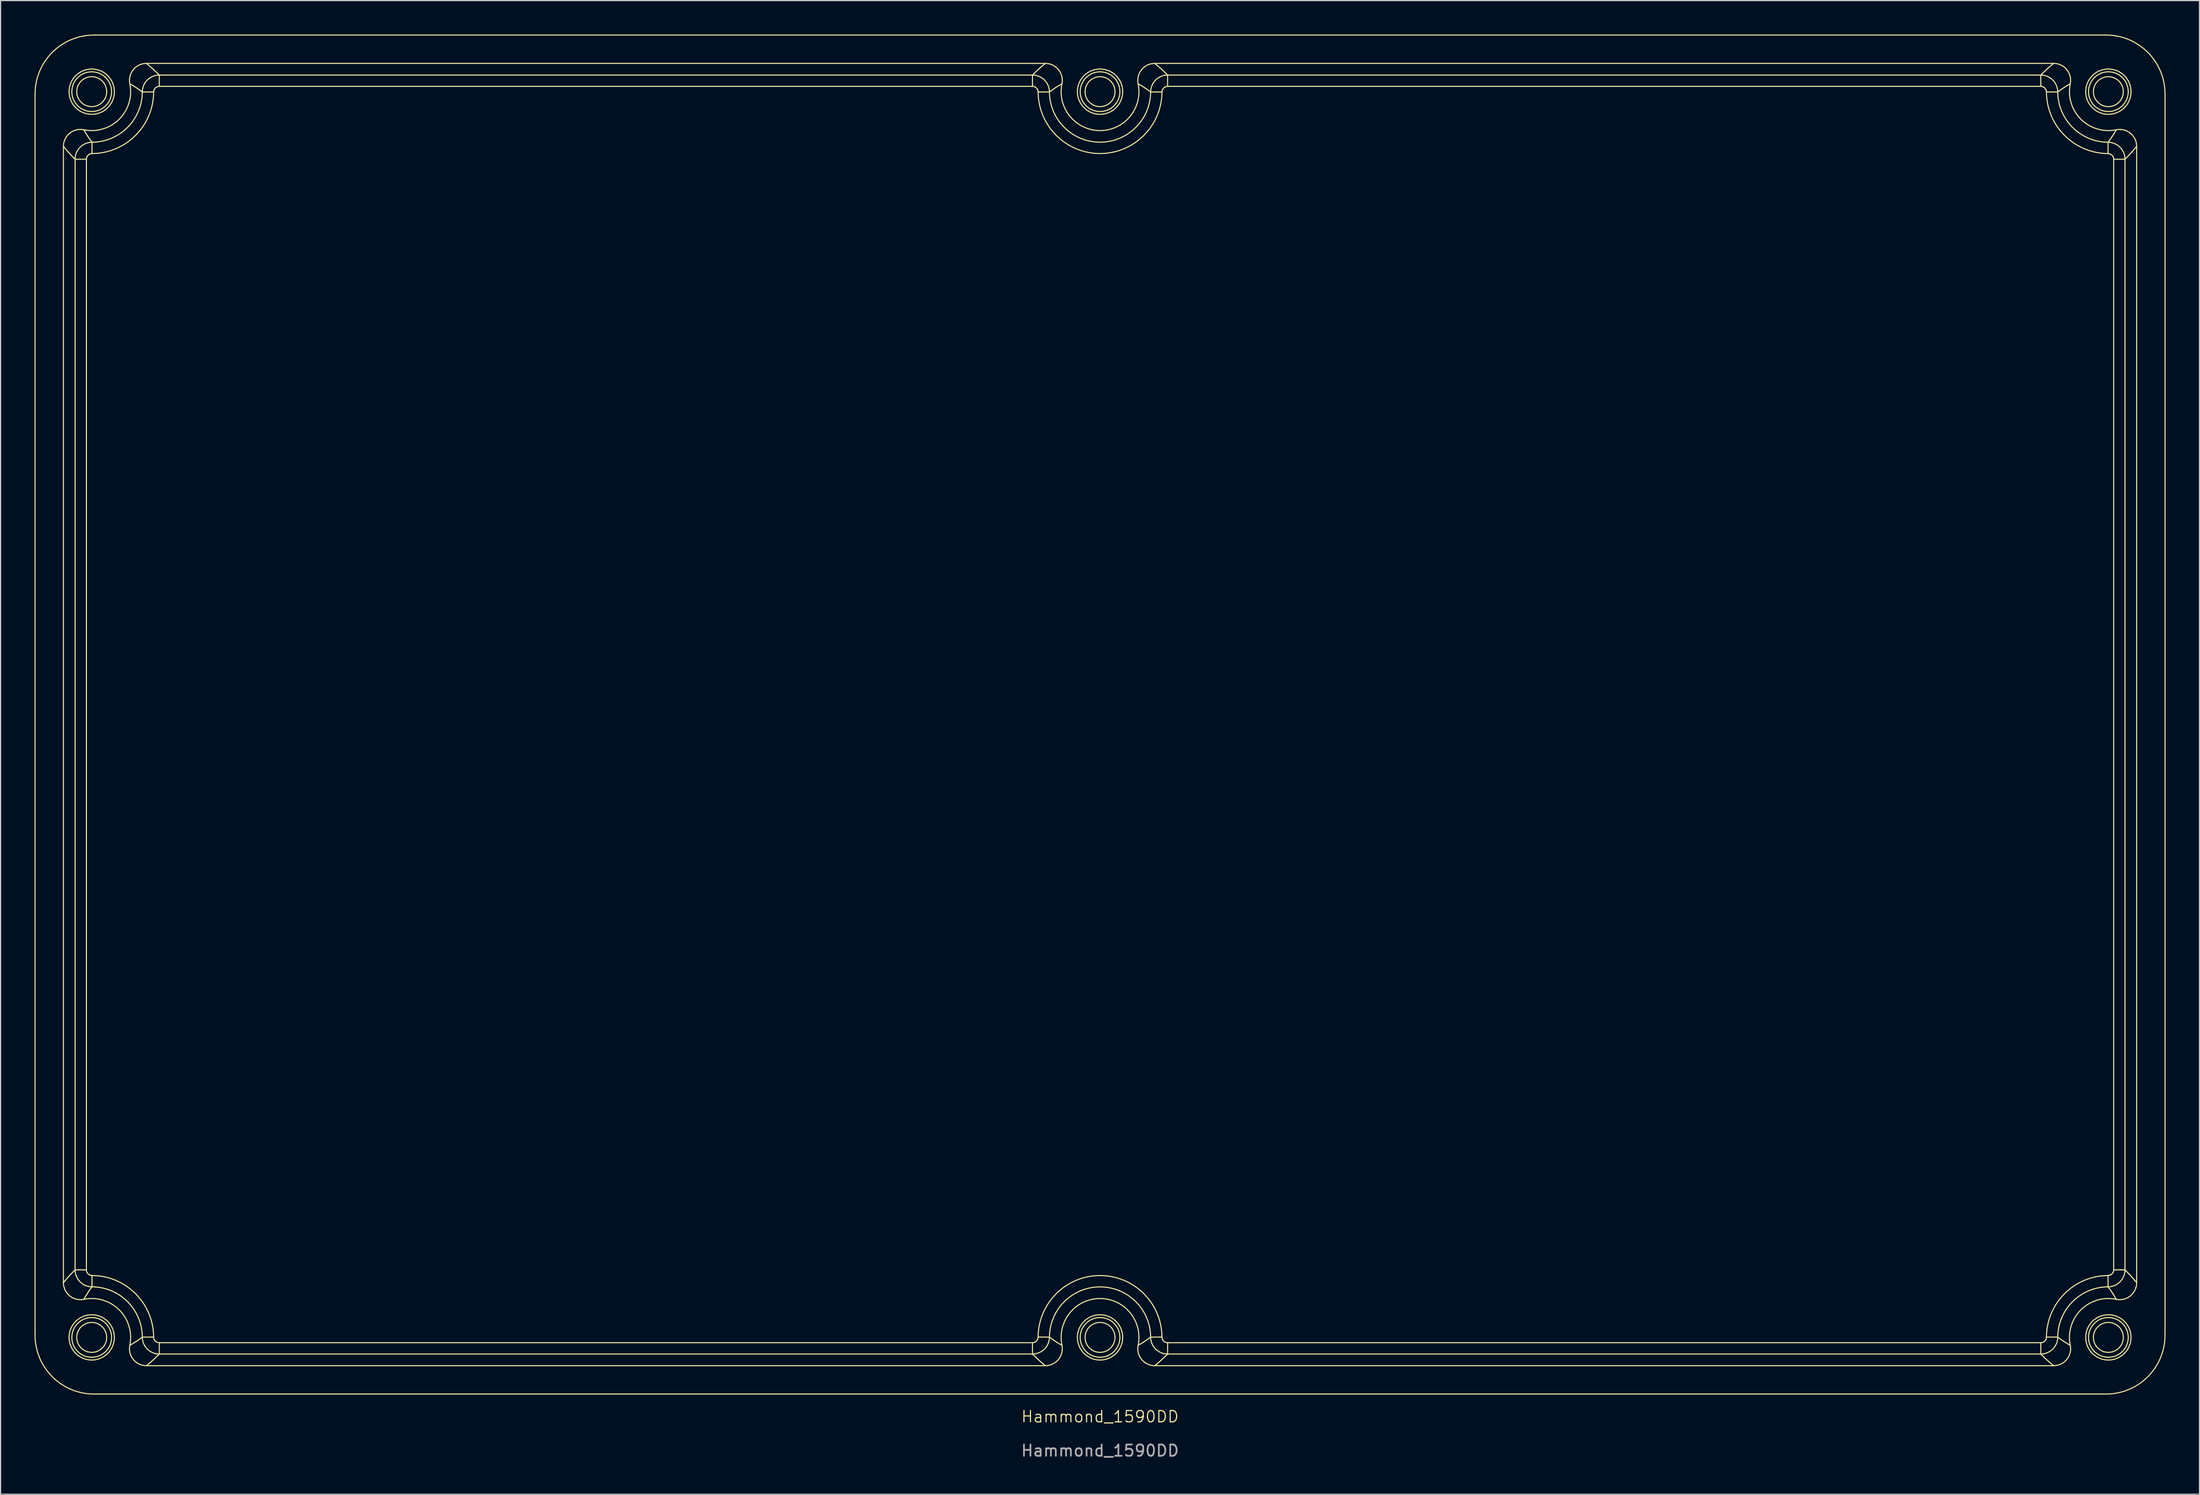
<source format=kicad_pcb>
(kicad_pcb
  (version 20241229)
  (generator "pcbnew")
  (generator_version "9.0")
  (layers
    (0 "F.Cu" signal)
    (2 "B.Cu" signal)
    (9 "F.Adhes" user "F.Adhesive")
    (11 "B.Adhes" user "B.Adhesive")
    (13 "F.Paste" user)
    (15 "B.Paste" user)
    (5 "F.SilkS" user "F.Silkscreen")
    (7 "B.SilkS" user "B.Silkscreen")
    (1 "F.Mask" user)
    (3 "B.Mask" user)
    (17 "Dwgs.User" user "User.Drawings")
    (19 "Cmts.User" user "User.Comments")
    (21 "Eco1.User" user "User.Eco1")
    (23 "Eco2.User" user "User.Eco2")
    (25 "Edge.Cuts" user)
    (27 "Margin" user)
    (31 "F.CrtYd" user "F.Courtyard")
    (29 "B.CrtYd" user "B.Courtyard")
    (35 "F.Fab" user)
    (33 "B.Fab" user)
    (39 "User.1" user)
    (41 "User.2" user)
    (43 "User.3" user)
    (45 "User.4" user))
  (footprint "Hammond_1590DD"
    (layer "F.Cu")
    (at 94.045 60.045)
    (property "Reference" "Hammond_1590DD" (at 0 62 0) (unlocked yes) (layer "F.SilkS") (effects (font (size 1 1) (thickness 0.1))))
    (fp_line (start -94 -54.8) (end -94 54.8) (stroke (width 0.09) (type solid)) (layer "F.SilkS"))
    (fp_line (start -91.498 50.168) (end -91.498 -50.168) (stroke (width 0.09) (type solid)) (layer "F.SilkS"))
    (fp_line (start -90.467 -49.035) (end -90.467 49.035) (stroke (width 0.09) (type solid)) (layer "F.SilkS"))
    (fp_line (start -89.468 -49.035) (end -90.467 -49.035) (stroke (width 0.09) (type solid)) (layer "F.SilkS"))
    (fp_line (start -89.468 49.035) (end -90.467 49.035) (stroke (width 0.09) (type solid)) (layer "F.SilkS"))
    (fp_line (start -89.468 49.035) (end -89.468 -49.035) (stroke (width 0.09) (type solid)) (layer "F.SilkS"))
    (fp_line (start -88.971 -49.534) (end -88.976 -50.534) (stroke (width 0.09) (type solid)) (layer "F.SilkS"))
    (fp_line (start -88.971 49.534) (end -88.976 50.534) (stroke (width 0.09) (type solid)) (layer "F.SilkS"))
    (fp_line (start -88.8 60) (end 88.8 60) (stroke (width 0.09) (type solid)) (layer "F.SilkS"))
    (fp_line (start -84.168 -57.498) (end -4.832 -57.498) (stroke (width 0.09) (type solid)) (layer "F.SilkS"))
    (fp_line (start -83.534 -54.971) (end -84.534 -54.976) (stroke (width 0.09) (type solid)) (layer "F.SilkS"))
    (fp_line (start -83.534 54.971) (end -84.534 54.976) (stroke (width 0.09) (type solid)) (layer "F.SilkS"))
    (fp_line (start -83.035 -55.468) (end -83.035 -56.467) (stroke (width 0.09) (type solid)) (layer "F.SilkS"))
    (fp_line (start -83.035 -55.468) (end -5.965 -55.468) (stroke (width 0.09) (type solid)) (layer "F.SilkS"))
    (fp_line (start -83.035 55.468) (end -83.035 56.467) (stroke (width 0.09) (type solid)) (layer "F.SilkS"))
    (fp_line (start -83.035 56.467) (end -5.965 56.467) (stroke (width 0.09) (type solid)) (layer "F.SilkS"))
    (fp_line (start -5.965 -56.467) (end -83.035 -56.467) (stroke (width 0.09) (type solid)) (layer "F.SilkS"))
    (fp_line (start -5.965 -56.467) (end -5.965 -55.468) (stroke (width 0.09) (type solid)) (layer "F.SilkS"))
    (fp_line (start -5.965 55.468) (end -83.035 55.468) (stroke (width 0.09) (type solid)) (layer "F.SilkS"))
    (fp_line (start -5.965 55.468) (end -5.965 56.467) (stroke (width 0.09) (type solid)) (layer "F.SilkS"))
    (fp_line (start -5.466 54.971) (end -4.466 54.976) (stroke (width 0.09) (type solid)) (layer "F.SilkS"))
    (fp_line (start -4.832 57.498) (end -84.168 57.498) (stroke (width 0.09) (type solid)) (layer "F.SilkS"))
    (fp_line (start -4.466 -54.976) (end -5.466 -54.971) (stroke (width 0.09) (type solid)) (layer "F.SilkS"))
    (fp_line (start 4.466 -54.976) (end 5.466 -54.971) (stroke (width 0.09) (type solid)) (layer "F.SilkS"))
    (fp_line (start 4.832 -57.498) (end 84.168 -57.498) (stroke (width 0.09) (type solid)) (layer "F.SilkS"))
    (fp_line (start 5.466 54.971) (end 4.466 54.976) (stroke (width 0.09) (type solid)) (layer "F.SilkS"))
    (fp_line (start 5.965 -56.467) (end 5.965 -55.468) (stroke (width 0.09) (type solid)) (layer "F.SilkS"))
    (fp_line (start 5.965 -55.468) (end 83.035 -55.468) (stroke (width 0.09) (type solid)) (layer "F.SilkS"))
    (fp_line (start 5.965 55.468) (end 5.965 56.467) (stroke (width 0.09) (type solid)) (layer "F.SilkS"))
    (fp_line (start 5.965 56.467) (end 83.035 56.467) (stroke (width 0.09) (type solid)) (layer "F.SilkS"))
    (fp_line (start 83.035 -56.467) (end 5.965 -56.467) (stroke (width 0.09) (type solid)) (layer "F.SilkS"))
    (fp_line (start 83.035 -56.467) (end 83.035 -55.468) (stroke (width 0.09) (type solid)) (layer "F.SilkS"))
    (fp_line (start 83.035 55.468) (end 5.965 55.468) (stroke (width 0.09) (type solid)) (layer "F.SilkS"))
    (fp_line (start 83.035 56.467) (end 83.035 55.468) (stroke (width 0.09) (type solid)) (layer "F.SilkS"))
    (fp_line (start 84.168 57.498) (end 4.832 57.498) (stroke (width 0.09) (type solid)) (layer "F.SilkS"))
    (fp_line (start 84.534 -54.976) (end 83.534 -54.971) (stroke (width 0.09) (type solid)) (layer "F.SilkS"))
    (fp_line (start 84.534 54.976) (end 83.534 54.971) (stroke (width 0.09) (type solid)) (layer "F.SilkS"))
    (fp_line (start 88.8 -60) (end -88.8 -60) (stroke (width 0.09) (type solid)) (layer "F.SilkS"))
    (fp_line (start 88.976 -50.534) (end 88.971 -49.534) (stroke (width 0.09) (type solid)) (layer "F.SilkS"))
    (fp_line (start 88.976 50.534) (end 88.971 49.534) (stroke (width 0.09) (type solid)) (layer "F.SilkS"))
    (fp_line (start 89.468 -49.035) (end 89.468 49.035) (stroke (width 0.09) (type solid)) (layer "F.SilkS"))
    (fp_line (start 90.467 -49.035) (end 89.468 -49.035) (stroke (width 0.09) (type solid)) (layer "F.SilkS"))
    (fp_line (start 90.467 49.035) (end 89.468 49.035) (stroke (width 0.09) (type solid)) (layer "F.SilkS"))
    (fp_line (start 90.467 49.035) (end 90.467 -49.035) (stroke (width 0.09) (type solid)) (layer "F.SilkS"))
    (fp_line (start 91.498 -50.168) (end 91.498 50.168) (stroke (width 0.09) (type solid)) (layer "F.SilkS"))
    (fp_line (start 94 54.8) (end 94 -54.8) (stroke (width 0.09) (type solid)) (layer "F.SilkS"))
    (fp_arc (start -94 -54.8) (mid -92.476955 -58.476955) (end -88.8 -60) (stroke (width 0.09) (type solid)) (layer "F.SilkS"))
    (fp_arc (start -89.695747 51.636284) (mid -86.571147 52.571148) (end -85.636283 55.695748) (stroke (width 0.09) (type solid)) (layer "F.SilkS"))
    (fp_arc (start -88.976047 50.533767) (mid -85.841851 51.841851) (end -84.533766 54.976048) (stroke (width 0.09) (type solid)) (layer "F.SilkS"))
    (fp_arc (start -88.970688 49.53439) (mid -85.135174 51.135175) (end -83.534389 54.970689) (stroke (width 0.09) (type solid)) (layer "F.SilkS"))
    (fp_arc (start -88.8 60) (mid -92.476955 58.476955) (end -94 54.8) (stroke (width 0.09) (type solid)) (layer "F.SilkS"))
    (fp_arc (start -85.636283 -55.695747) (mid -86.571147 -52.571147) (end -89.695747 -51.636283) (stroke (width 0.09) (type solid)) (layer "F.SilkS"))
    (fp_arc (start -84.533766 -54.976048) (mid -85.84185 -51.841851) (end -88.976047 -50.533766) (stroke (width 0.09) (type solid)) (layer "F.SilkS"))
    (fp_arc (start -83.534389 -54.970688) (mid -85.135174 -51.135174) (end -88.970688 -49.534389) (stroke (width 0.09) (type solid)) (layer "F.SilkS"))
    (fp_arc (start -5.46561 54.970689) (mid 0 49.534311) (end 5.465611 54.970689) (stroke (width 0.09) (type solid)) (layer "F.SilkS"))
    (fp_arc (start -4.466233 54.976048) (mid 0.000001 50.533703) (end 4.466234 54.976048) (stroke (width 0.09) (type solid)) (layer "F.SilkS"))
    (fp_arc (start -3.363716 55.695748) (mid 0 51.565086) (end 3.363717 55.695748) (stroke (width 0.09) (type solid)) (layer "F.SilkS"))
    (fp_arc (start 3.363717 -55.695747) (mid 0 -51.565084) (end -3.363716 -55.695747) (stroke (width 0.09) (type solid)) (layer "F.SilkS"))
    (fp_arc (start 4.466234 -54.976048) (mid 0.000001 -50.533704) (end -4.466233 -54.976048) (stroke (width 0.09) (type solid)) (layer "F.SilkS"))
    (fp_arc (start 5.465611 -54.970688) (mid 0 -49.534309) (end -5.46561 -54.970688) (stroke (width 0.09) (type solid)) (layer "F.SilkS"))
    (fp_arc (start 83.53439 54.970689) (mid 85.135179 51.135179) (end 88.970689 49.53439) (stroke (width 0.09) (type solid)) (layer "F.SilkS"))
    (fp_arc (start 84.533767 54.976048) (mid 85.841855 51.841855) (end 88.976048 50.533767) (stroke (width 0.09) (type solid)) (layer "F.SilkS"))
    (fp_arc (start 85.636284 55.695748) (mid 86.571151 52.571151) (end 89.695748 51.636284) (stroke (width 0.09) (type solid)) (layer "F.SilkS"))
    (fp_arc (start 88.8 -60) (mid 92.476945 -58.476945) (end 94 -54.8) (stroke (width 0.09) (type solid)) (layer "F.SilkS"))
    (fp_arc (start 88.970689 -49.534389) (mid 85.135164 -51.135163) (end 83.53439 -54.970688) (stroke (width 0.09) (type solid)) (layer "F.SilkS"))
    (fp_arc (start 88.976048 -50.533766) (mid 85.84184 -51.84184) (end 84.533767 -54.976048) (stroke (width 0.09) (type solid)) (layer "F.SilkS"))
    (fp_arc (start 89.695748 -51.636283) (mid 86.571134 -52.571133) (end 85.636284 -55.695747) (stroke (width 0.09) (type solid)) (layer "F.SilkS"))
    (fp_arc (start 94 54.8) (mid 92.47696 58.47696) (end 88.8 60) (stroke (width 0.09) (type solid)) (layer "F.SilkS"))
    (fp_circle (center -89 -55) (end -91 -55) (stroke (width 0.09) (type solid)) (fill no) (layer "F.SilkS"))
    (fp_circle (center -89 -55) (end -90.753 -55) (stroke (width 0.09) (type solid)) (fill no) (layer "F.SilkS"))
    (fp_circle (center -89 -55) (end -90.321 -55) (stroke (width 0.09) (type solid)) (fill no) (layer "F.SilkS"))
    (fp_circle (center -89 55) (end -91 55) (stroke (width 0.09) (type solid)) (fill no) (layer "F.SilkS"))
    (fp_circle (center -89 55) (end -90.753 55) (stroke (width 0.09) (type solid)) (fill no) (layer "F.SilkS"))
    (fp_circle (center -89 55) (end -90.321 55) (stroke (width 0.09) (type solid)) (fill no) (layer "F.SilkS"))
    (fp_circle (center 0 -55) (end -2 -55) (stroke (width 0.09) (type solid)) (fill no) (layer "F.SilkS"))
    (fp_circle (center 0 -55) (end -1.753 -55) (stroke (width 0.09) (type solid)) (fill no) (layer "F.SilkS"))
    (fp_circle (center 0 -55) (end -1.321 -55) (stroke (width 0.09) (type solid)) (fill no) (layer "F.SilkS"))
    (fp_circle (center 0 55) (end -2 55) (stroke (width 0.09) (type solid)) (fill no) (layer "F.SilkS"))
    (fp_circle (center 0 55) (end -1.753 55) (stroke (width 0.09) (type solid)) (fill no) (layer "F.SilkS"))
    (fp_circle (center 0 55) (end -1.321 55) (stroke (width 0.09) (type solid)) (fill no) (layer "F.SilkS"))
    (fp_circle (center 89 -55) (end 87 -55) (stroke (width 0.09) (type solid)) (fill no) (layer "F.SilkS"))
    (fp_circle (center 89 -55) (end 87.247 -55) (stroke (width 0.09) (type solid)) (fill no) (layer "F.SilkS"))
    (fp_circle (center 89 -55) (end 87.679 -55) (stroke (width 0.09) (type solid)) (fill no) (layer "F.SilkS"))
    (fp_circle (center 89 55) (end 87 55) (stroke (width 0.09) (type solid)) (fill no) (layer "F.SilkS"))
    (fp_circle (center 89 55) (end 87.247 55) (stroke (width 0.09) (type solid)) (fill no) (layer "F.SilkS"))
    (fp_circle (center 89 55) (end 87.679 55) (stroke (width 0.09) (type solid)) (fill no) (layer "F.SilkS"))
    (fp_curve (pts (xy -91.498 -50.168) (xy -91.447 -50.105) (xy -91.395 -50.042) (xy -91.343 -49.981)) (stroke (width 0.09) (type solid)) (layer "F.SilkS"))
    (fp_curve (pts (xy -91.498 50.168) (xy -91.498 50.364) (xy -91.46 50.557) (xy -91.386 50.738)) (stroke (width 0.09) (type solid)) (layer "F.SilkS"))
    (fp_curve (pts (xy -91.43 -50.616) (xy -91.475 -50.471) (xy -91.498 -50.32) (xy -91.498 -50.168)) (stroke (width 0.09) (type solid)) (layer "F.SilkS"))
    (fp_curve (pts (xy -91.386 50.738) (xy -91.312 50.919) (xy -91.203 51.083) (xy -91.066 51.222)) (stroke (width 0.09) (type solid)) (layer "F.SilkS"))
    (fp_curve (pts (xy -91.346 49.985) (xy -91.397 50.045) (xy -91.448 50.106) (xy -91.498 50.168)) (stroke (width 0.09) (type solid)) (layer "F.SilkS"))
    (fp_curve (pts (xy -91.343 -49.981) (xy -91.281 -49.908) (xy -91.218 -49.835) (xy -91.156 -49.765)) (stroke (width 0.09) (type solid)) (layer "F.SilkS"))
    (fp_curve (pts (xy -91.232 -51.023) (xy -91.318 -50.898) (xy -91.385 -50.761) (xy -91.43 -50.616)) (stroke (width 0.09) (type solid)) (layer "F.SilkS"))
    (fp_curve (pts (xy -91.156 -49.765) (xy -91.117 -49.72) (xy -91.078 -49.677) (xy -91.039 -49.634)) (stroke (width 0.09) (type solid)) (layer "F.SilkS"))
    (fp_curve (pts (xy -91.112 49.715) (xy -91.19 49.803) (xy -91.268 49.893) (xy -91.346 49.985)) (stroke (width 0.09) (type solid)) (layer "F.SilkS"))
    (fp_curve (pts (xy -91.066 51.222) (xy -90.929 51.361) (xy -90.766 51.471) (xy -90.587 51.548)) (stroke (width 0.09) (type solid)) (layer "F.SilkS"))
    (fp_curve (pts (xy -91.039 -49.634) (xy -91.015 -49.607) (xy -90.99 -49.58) (xy -90.966 -49.553)) (stroke (width 0.09) (type solid)) (layer "F.SilkS"))
    (fp_curve (pts (xy -90.966 -49.553) (xy -90.917 -49.5) (xy -90.868 -49.448) (xy -90.82 -49.396)) (stroke (width 0.09) (type solid)) (layer "F.SilkS"))
    (fp_curve (pts (xy -90.966 49.553) (xy -91.015 49.607) (xy -91.064 49.661) (xy -91.112 49.715)) (stroke (width 0.09) (type solid)) (layer "F.SilkS"))
    (fp_curve (pts (xy -90.893 49.474) (xy -90.917 49.501) (xy -90.942 49.527) (xy -90.966 49.553)) (stroke (width 0.09) (type solid)) (layer "F.SilkS"))
    (fp_curve (pts (xy -90.82 -49.396) (xy -90.742 -49.314) (xy -90.664 -49.233) (xy -90.586 -49.154)) (stroke (width 0.09) (type solid)) (layer "F.SilkS"))
    (fp_curve (pts (xy -90.815 -51.426) (xy -90.979 -51.32) (xy -91.12 -51.183) (xy -91.232 -51.023)) (stroke (width 0.09) (type solid)) (layer "F.SilkS"))
    (fp_curve (pts (xy -90.776 49.35) (xy -90.815 49.391) (xy -90.854 49.432) (xy -90.893 49.474)) (stroke (width 0.09) (type solid)) (layer "F.SilkS"))
    (fp_curve (pts (xy -90.588 49.157) (xy -90.651 49.22) (xy -90.713 49.284) (xy -90.776 49.35)) (stroke (width 0.09) (type solid)) (layer "F.SilkS"))
    (fp_curve (pts (xy -90.587 51.548) (xy -90.447 51.607) (xy -90.299 51.645) (xy -90.148 51.66)) (stroke (width 0.09) (type solid)) (layer "F.SilkS"))
    (fp_curve (pts (xy -90.586 -49.154) (xy -90.546 -49.114) (xy -90.507 -49.074) (xy -90.467 -49.035)) (stroke (width 0.09) (type solid)) (layer "F.SilkS"))
    (fp_curve (pts (xy -90.467 49.035) (xy -90.508 49.075) (xy -90.548 49.116) (xy -90.588 49.157)) (stroke (width 0.09) (type solid)) (layer "F.SilkS"))
    (fp_curve (pts (xy -90.467 49.035) (xy -90.467 49.31) (xy -90.388 49.589) (xy -90.241 49.825)) (stroke (width 0.09) (type solid)) (layer "F.SilkS"))
    (fp_curve (pts (xy -90.438 -49.326) (xy -90.457 -49.23) (xy -90.467 -49.132) (xy -90.467 -49.035)) (stroke (width 0.09) (type solid)) (layer "F.SilkS"))
    (fp_curve (pts (xy -90.277 -49.764) (xy -90.353 -49.627) (xy -90.408 -49.48) (xy -90.438 -49.326)) (stroke (width 0.09) (type solid)) (layer "F.SilkS"))
    (fp_curve (pts (xy -90.277 -51.642) (xy -90.469 -51.606) (xy -90.652 -51.532) (xy -90.815 -51.426)) (stroke (width 0.09) (type solid)) (layer "F.SilkS"))
    (fp_curve (pts (xy -90.241 49.825) (xy -90.109 50.038) (xy -89.923 50.217) (xy -89.705 50.34)) (stroke (width 0.09) (type solid)) (layer "F.SilkS"))
    (fp_curve (pts (xy -90.148 51.66) (xy -89.997 51.675) (xy -89.844 51.667) (xy -89.696 51.636)) (stroke (width 0.09) (type solid)) (layer "F.SilkS"))
    (fp_curve (pts (xy -89.765 -50.304) (xy -89.978 -50.17) (xy -90.155 -49.983) (xy -90.277 -49.764)) (stroke (width 0.09) (type solid)) (layer "F.SilkS"))
    (fp_curve (pts (xy -89.705 50.34) (xy -89.568 50.417) (xy -89.421 50.472) (xy -89.267 50.503)) (stroke (width 0.09) (type solid)) (layer "F.SilkS"))
    (fp_curve (pts (xy -89.696 -51.636) (xy -89.887 -51.676) (xy -90.085 -51.678) (xy -90.277 -51.642)) (stroke (width 0.09) (type solid)) (layer "F.SilkS"))
    (fp_curve (pts (xy -89.696 51.636) (xy -89.664 51.578) (xy -89.631 51.52) (xy -89.598 51.463)) (stroke (width 0.09) (type solid)) (layer "F.SilkS"))
    (fp_curve (pts (xy -89.598 51.463) (xy -89.546 51.375) (xy -89.494 51.289) (xy -89.44 51.204)) (stroke (width 0.09) (type solid)) (layer "F.SilkS"))
    (fp_curve (pts (xy -89.596 -51.46) (xy -89.629 -51.518) (xy -89.663 -51.577) (xy -89.696 -51.636)) (stroke (width 0.09) (type solid)) (layer "F.SilkS"))
    (fp_curve (pts (xy -89.47 -51.252) (xy -89.513 -51.32) (xy -89.555 -51.389) (xy -89.596 -51.46)) (stroke (width 0.09) (type solid)) (layer "F.SilkS"))
    (fp_curve (pts (xy -89.468 -49.035) (xy -89.468 -49.067) (xy -89.465 -49.1) (xy -89.458 -49.132)) (stroke (width 0.09) (type solid)) (layer "F.SilkS"))
    (fp_curve (pts (xy -89.458 -49.132) (xy -89.448 -49.183) (xy -89.43 -49.232) (xy -89.405 -49.278)) (stroke (width 0.09) (type solid)) (layer "F.SilkS"))
    (fp_curve (pts (xy -89.44 51.204) (xy -89.407 51.151) (xy -89.373 51.099) (xy -89.339 51.047)) (stroke (width 0.09) (type solid)) (layer "F.SilkS"))
    (fp_curve (pts (xy -89.405 -49.278) (xy -89.364 -49.351) (xy -89.305 -49.413) (xy -89.234 -49.458)) (stroke (width 0.09) (type solid)) (layer "F.SilkS"))
    (fp_curve (pts (xy -89.393 49.298) (xy -89.442 49.219) (xy -89.468 49.127) (xy -89.468 49.035)) (stroke (width 0.09) (type solid)) (layer "F.SilkS"))
    (fp_curve (pts (xy -89.39 -51.125) (xy -89.417 -51.167) (xy -89.444 -51.209) (xy -89.47 -51.252)) (stroke (width 0.09) (type solid)) (layer "F.SilkS"))
    (fp_curve (pts (xy -89.339 -51.047) (xy -89.356 -51.073) (xy -89.373 -51.099) (xy -89.39 -51.125)) (stroke (width 0.09) (type solid)) (layer "F.SilkS"))
    (fp_curve (pts (xy -89.339 51.047) (xy -89.322 51.021) (xy -89.305 50.995) (xy -89.287 50.97)) (stroke (width 0.09) (type solid)) (layer "F.SilkS"))
    (fp_curve (pts (xy -89.287 50.97) (xy -89.259 50.929) (xy -89.232 50.888) (xy -89.203 50.847)) (stroke (width 0.09) (type solid)) (layer "F.SilkS"))
    (fp_curve (pts (xy -89.267 50.503) (xy -89.171 50.523) (xy -89.073 50.533) (xy -88.976 50.534)) (stroke (width 0.09) (type solid)) (layer "F.SilkS"))
    (fp_curve (pts (xy -89.235 -50.893) (xy -89.27 -50.944) (xy -89.305 -50.995) (xy -89.339 -51.047)) (stroke (width 0.09) (type solid)) (layer "F.SilkS"))
    (fp_curve (pts (xy -89.234 -49.458) (xy -89.155 -49.507) (xy -89.063 -49.534) (xy -88.971 -49.534)) (stroke (width 0.09) (type solid)) (layer "F.SilkS"))
    (fp_curve (pts (xy -89.214 49.47) (xy -89.286 49.429) (xy -89.348 49.369) (xy -89.393 49.298)) (stroke (width 0.09) (type solid)) (layer "F.SilkS"))
    (fp_curve (pts (xy -89.203 50.847) (xy -89.158 50.783) (xy -89.113 50.719) (xy -89.066 50.656)) (stroke (width 0.09) (type solid)) (layer "F.SilkS"))
    (fp_curve (pts (xy -89.068 49.524) (xy -89.119 49.514) (xy -89.168 49.496) (xy -89.214 49.47)) (stroke (width 0.09) (type solid)) (layer "F.SilkS"))
    (fp_curve (pts (xy -89.066 50.656) (xy -89.037 50.615) (xy -89.006 50.574) (xy -88.976 50.534)) (stroke (width 0.09) (type solid)) (layer "F.SilkS"))
    (fp_curve (pts (xy -89.064 -50.653) (xy -89.122 -50.732) (xy -89.179 -50.812) (xy -89.235 -50.893)) (stroke (width 0.09) (type solid)) (layer "F.SilkS"))
    (fp_curve (pts (xy -88.976 -50.534) (xy -89.252 -50.532) (xy -89.529 -50.452) (xy -89.765 -50.304)) (stroke (width 0.09) (type solid)) (layer "F.SilkS"))
    (fp_curve (pts (xy -88.976 -50.534) (xy -89.006 -50.573) (xy -89.035 -50.613) (xy -89.064 -50.653)) (stroke (width 0.09) (type solid)) (layer "F.SilkS"))
    (fp_curve (pts (xy -88.971 49.534) (xy -89.003 49.534) (xy -89.036 49.531) (xy -89.068 49.524)) (stroke (width 0.09) (type solid)) (layer "F.SilkS"))
    (fp_curve (pts (xy -85.66 -56.148) (xy -85.675 -55.997) (xy -85.667 -55.844) (xy -85.636 -55.696)) (stroke (width 0.09) (type solid)) (layer "F.SilkS"))
    (fp_curve (pts (xy -85.642 56.277) (xy -85.606 56.469) (xy -85.532 56.652) (xy -85.426 56.815)) (stroke (width 0.09) (type solid)) (layer "F.SilkS"))
    (fp_curve (pts (xy -85.636 -55.696) (xy -85.578 -55.664) (xy -85.52 -55.631) (xy -85.463 -55.598)) (stroke (width 0.09) (type solid)) (layer "F.SilkS"))
    (fp_curve (pts (xy -85.636 55.696) (xy -85.676 55.887) (xy -85.678 56.085) (xy -85.642 56.277)) (stroke (width 0.09) (type solid)) (layer "F.SilkS"))
    (fp_curve (pts (xy -85.548 -56.587) (xy -85.607 -56.447) (xy -85.645 -56.299) (xy -85.66 -56.148)) (stroke (width 0.09) (type solid)) (layer "F.SilkS"))
    (fp_curve (pts (xy -85.463 -55.598) (xy -85.375 -55.546) (xy -85.289 -55.494) (xy -85.204 -55.44)) (stroke (width 0.09) (type solid)) (layer "F.SilkS"))
    (fp_curve (pts (xy -85.46 55.596) (xy -85.518 55.629) (xy -85.577 55.663) (xy -85.636 55.696)) (stroke (width 0.09) (type solid)) (layer "F.SilkS"))
    (fp_curve (pts (xy -85.426 56.815) (xy -85.32 56.979) (xy -85.183 57.12) (xy -85.023 57.232)) (stroke (width 0.09) (type solid)) (layer "F.SilkS"))
    (fp_curve (pts (xy -85.252 55.47) (xy -85.32 55.513) (xy -85.389 55.555) (xy -85.46 55.596)) (stroke (width 0.09) (type solid)) (layer "F.SilkS"))
    (fp_curve (pts (xy -85.222 -57.066) (xy -85.361 -56.929) (xy -85.471 -56.766) (xy -85.548 -56.587)) (stroke (width 0.09) (type solid)) (layer "F.SilkS"))
    (fp_curve (pts (xy -85.204 -55.44) (xy -85.151 -55.407) (xy -85.099 -55.373) (xy -85.047 -55.339)) (stroke (width 0.09) (type solid)) (layer "F.SilkS"))
    (fp_curve (pts (xy -85.125 55.39) (xy -85.167 55.417) (xy -85.209 55.444) (xy -85.252 55.47)) (stroke (width 0.09) (type solid)) (layer "F.SilkS"))
    (fp_curve (pts (xy -85.047 -55.339) (xy -85.021 -55.322) (xy -84.995 -55.305) (xy -84.97 -55.287)) (stroke (width 0.09) (type solid)) (layer "F.SilkS"))
    (fp_curve (pts (xy -85.047 55.339) (xy -85.073 55.356) (xy -85.099 55.373) (xy -85.125 55.39)) (stroke (width 0.09) (type solid)) (layer "F.SilkS"))
    (fp_curve (pts (xy -85.023 57.232) (xy -84.898 57.318) (xy -84.761 57.385) (xy -84.616 57.43)) (stroke (width 0.09) (type solid)) (layer "F.SilkS"))
    (fp_curve (pts (xy -84.97 -55.287) (xy -84.929 -55.259) (xy -84.888 -55.232) (xy -84.847 -55.203)) (stroke (width 0.09) (type solid)) (layer "F.SilkS"))
    (fp_curve (pts (xy -84.893 55.235) (xy -84.944 55.27) (xy -84.995 55.305) (xy -85.047 55.339)) (stroke (width 0.09) (type solid)) (layer "F.SilkS"))
    (fp_curve (pts (xy -84.847 -55.203) (xy -84.783 -55.158) (xy -84.719 -55.113) (xy -84.656 -55.066)) (stroke (width 0.09) (type solid)) (layer "F.SilkS"))
    (fp_curve (pts (xy -84.738 -57.386) (xy -84.919 -57.312) (xy -85.083 -57.203) (xy -85.222 -57.066)) (stroke (width 0.09) (type solid)) (layer "F.SilkS"))
    (fp_curve (pts (xy -84.656 -55.066) (xy -84.615 -55.036) (xy -84.574 -55.006) (xy -84.534 -54.976)) (stroke (width 0.09) (type solid)) (layer "F.SilkS"))
    (fp_curve (pts (xy -84.653 55.064) (xy -84.732 55.122) (xy -84.812 55.179) (xy -84.893 55.235)) (stroke (width 0.09) (type solid)) (layer "F.SilkS"))
    (fp_curve (pts (xy -84.616 57.43) (xy -84.471 57.475) (xy -84.32 57.498) (xy -84.168 57.498)) (stroke (width 0.09) (type solid)) (layer "F.SilkS"))
    (fp_curve (pts (xy -84.534 54.976) (xy -84.573 55.006) (xy -84.613 55.035) (xy -84.653 55.064)) (stroke (width 0.09) (type solid)) (layer "F.SilkS"))
    (fp_curve (pts (xy -84.534 54.976) (xy -84.532 55.252) (xy -84.452 55.529) (xy -84.304 55.765)) (stroke (width 0.09) (type solid)) (layer "F.SilkS"))
    (fp_curve (pts (xy -84.503 -55.267) (xy -84.523 -55.171) (xy -84.533 -55.073) (xy -84.534 -54.976)) (stroke (width 0.09) (type solid)) (layer "F.SilkS"))
    (fp_curve (pts (xy -84.34 -55.705) (xy -84.417 -55.568) (xy -84.472 -55.421) (xy -84.503 -55.267)) (stroke (width 0.09) (type solid)) (layer "F.SilkS"))
    (fp_curve (pts (xy -84.304 55.765) (xy -84.17 55.978) (xy -83.983 56.155) (xy -83.764 56.277)) (stroke (width 0.09) (type solid)) (layer "F.SilkS"))
    (fp_curve (pts (xy -84.168 -57.498) (xy -84.364 -57.498) (xy -84.557 -57.46) (xy -84.738 -57.386)) (stroke (width 0.09) (type solid)) (layer "F.SilkS"))
    (fp_curve (pts (xy -84.168 57.498) (xy -84.105 57.447) (xy -84.042 57.395) (xy -83.981 57.343)) (stroke (width 0.09) (type solid)) (layer "F.SilkS"))
    (fp_curve (pts (xy -83.985 -57.346) (xy -84.045 -57.397) (xy -84.106 -57.448) (xy -84.168 -57.498)) (stroke (width 0.09) (type solid)) (layer "F.SilkS"))
    (fp_curve (pts (xy -83.981 57.343) (xy -83.908 57.281) (xy -83.835 57.218) (xy -83.765 57.156)) (stroke (width 0.09) (type solid)) (layer "F.SilkS"))
    (fp_curve (pts (xy -83.825 -56.241) (xy -84.038 -56.109) (xy -84.217 -55.923) (xy -84.34 -55.705)) (stroke (width 0.09) (type solid)) (layer "F.SilkS"))
    (fp_curve (pts (xy -83.765 57.156) (xy -83.72 57.117) (xy -83.677 57.078) (xy -83.634 57.039)) (stroke (width 0.09) (type solid)) (layer "F.SilkS"))
    (fp_curve (pts (xy -83.764 56.277) (xy -83.627 56.353) (xy -83.48 56.408) (xy -83.326 56.438)) (stroke (width 0.09) (type solid)) (layer "F.SilkS"))
    (fp_curve (pts (xy -83.715 -57.112) (xy -83.803 -57.19) (xy -83.893 -57.268) (xy -83.985 -57.346)) (stroke (width 0.09) (type solid)) (layer "F.SilkS"))
    (fp_curve (pts (xy -83.634 57.039) (xy -83.607 57.015) (xy -83.58 56.99) (xy -83.553 56.966)) (stroke (width 0.09) (type solid)) (layer "F.SilkS"))
    (fp_curve (pts (xy -83.553 -56.966) (xy -83.607 -57.015) (xy -83.661 -57.064) (xy -83.715 -57.112)) (stroke (width 0.09) (type solid)) (layer "F.SilkS"))
    (fp_curve (pts (xy -83.553 56.966) (xy -83.5 56.917) (xy -83.448 56.868) (xy -83.396 56.82)) (stroke (width 0.09) (type solid)) (layer "F.SilkS"))
    (fp_curve (pts (xy -83.534 -54.971) (xy -83.534 -55.003) (xy -83.531 -55.036) (xy -83.524 -55.068)) (stroke (width 0.09) (type solid)) (layer "F.SilkS"))
    (fp_curve (pts (xy -83.524 -55.068) (xy -83.514 -55.119) (xy -83.496 -55.168) (xy -83.47 -55.214)) (stroke (width 0.09) (type solid)) (layer "F.SilkS"))
    (fp_curve (pts (xy -83.474 -56.893) (xy -83.501 -56.917) (xy -83.527 -56.942) (xy -83.553 -56.966)) (stroke (width 0.09) (type solid)) (layer "F.SilkS"))
    (fp_curve (pts (xy -83.47 -55.214) (xy -83.429 -55.286) (xy -83.369 -55.348) (xy -83.298 -55.393)) (stroke (width 0.09) (type solid)) (layer "F.SilkS"))
    (fp_curve (pts (xy -83.458 55.234) (xy -83.507 55.155) (xy -83.534 55.063) (xy -83.534 54.971)) (stroke (width 0.09) (type solid)) (layer "F.SilkS"))
    (fp_curve (pts (xy -83.396 56.82) (xy -83.314 56.742) (xy -83.233 56.664) (xy -83.154 56.586)) (stroke (width 0.09) (type solid)) (layer "F.SilkS"))
    (fp_curve (pts (xy -83.35 -56.776) (xy -83.391 -56.815) (xy -83.432 -56.854) (xy -83.474 -56.893)) (stroke (width 0.09) (type solid)) (layer "F.SilkS"))
    (fp_curve (pts (xy -83.326 56.438) (xy -83.23 56.457) (xy -83.132 56.467) (xy -83.035 56.467)) (stroke (width 0.09) (type solid)) (layer "F.SilkS"))
    (fp_curve (pts (xy -83.298 -55.393) (xy -83.219 -55.442) (xy -83.127 -55.468) (xy -83.035 -55.468)) (stroke (width 0.09) (type solid)) (layer "F.SilkS"))
    (fp_curve (pts (xy -83.278 55.405) (xy -83.351 55.364) (xy -83.413 55.305) (xy -83.458 55.234)) (stroke (width 0.09) (type solid)) (layer "F.SilkS"))
    (fp_curve (pts (xy -83.157 -56.588) (xy -83.22 -56.651) (xy -83.284 -56.713) (xy -83.35 -56.776)) (stroke (width 0.09) (type solid)) (layer "F.SilkS"))
    (fp_curve (pts (xy -83.154 56.586) (xy -83.114 56.546) (xy -83.074 56.507) (xy -83.035 56.467)) (stroke (width 0.09) (type solid)) (layer "F.SilkS"))
    (fp_curve (pts (xy -83.132 55.458) (xy -83.183 55.448) (xy -83.232 55.43) (xy -83.278 55.405)) (stroke (width 0.09) (type solid)) (layer "F.SilkS"))
    (fp_curve (pts (xy -83.035 -56.467) (xy -83.31 -56.467) (xy -83.589 -56.388) (xy -83.825 -56.241)) (stroke (width 0.09) (type solid)) (layer "F.SilkS"))
    (fp_curve (pts (xy -83.035 -56.467) (xy -83.075 -56.508) (xy -83.116 -56.548) (xy -83.157 -56.588)) (stroke (width 0.09) (type solid)) (layer "F.SilkS"))
    (fp_curve (pts (xy -83.035 55.468) (xy -83.067 55.468) (xy -83.1 55.465) (xy -83.132 55.458)) (stroke (width 0.09) (type solid)) (layer "F.SilkS"))
    (fp_curve (pts (xy -5.965 -55.468) (xy -5.873 -55.468) (xy -5.781 -55.442) (xy -5.702 -55.393)) (stroke (width 0.09) (type solid)) (layer "F.SilkS"))
    (fp_curve (pts (xy -5.965 56.467) (xy -5.925 56.508) (xy -5.884 56.548) (xy -5.843 56.588)) (stroke (width 0.09) (type solid)) (layer "F.SilkS"))
    (fp_curve (pts (xy -5.965 56.467) (xy -5.69 56.467) (xy -5.411 56.388) (xy -5.175 56.241)) (stroke (width 0.09) (type solid)) (layer "F.SilkS"))
    (fp_curve (pts (xy -5.846 -56.585) (xy -5.886 -56.546) (xy -5.926 -56.507) (xy -5.965 -56.467)) (stroke (width 0.09) (type solid)) (layer "F.SilkS"))
    (fp_curve (pts (xy -5.843 56.588) (xy -5.78 56.651) (xy -5.716 56.713) (xy -5.65 56.776)) (stroke (width 0.09) (type solid)) (layer "F.SilkS"))
    (fp_curve (pts (xy -5.702 -55.393) (xy -5.631 -55.348) (xy -5.571 -55.286) (xy -5.53 -55.214)) (stroke (width 0.09) (type solid)) (layer "F.SilkS"))
    (fp_curve (pts (xy -5.702 55.393) (xy -5.781 55.442) (xy -5.873 55.468) (xy -5.965 55.468)) (stroke (width 0.09) (type solid)) (layer "F.SilkS"))
    (fp_curve (pts (xy -5.65 56.776) (xy -5.609 56.815) (xy -5.568 56.854) (xy -5.526 56.893)) (stroke (width 0.09) (type solid)) (layer "F.SilkS"))
    (fp_curve (pts (xy -5.604 -56.82) (xy -5.686 -56.742) (xy -5.767 -56.664) (xy -5.846 -56.585)) (stroke (width 0.09) (type solid)) (layer "F.SilkS"))
    (fp_curve (pts (xy -5.53 -55.214) (xy -5.504 -55.168) (xy -5.486 -55.119) (xy -5.476 -55.068)) (stroke (width 0.09) (type solid)) (layer "F.SilkS"))
    (fp_curve (pts (xy -5.53 55.214) (xy -5.571 55.286) (xy -5.631 55.348) (xy -5.702 55.393)) (stroke (width 0.09) (type solid)) (layer "F.SilkS"))
    (fp_curve (pts (xy -5.526 56.893) (xy -5.499 56.917) (xy -5.473 56.942) (xy -5.447 56.966)) (stroke (width 0.09) (type solid)) (layer "F.SilkS"))
    (fp_curve (pts (xy -5.476 -55.068) (xy -5.469 -55.036) (xy -5.466 -55.003) (xy -5.466 -54.971)) (stroke (width 0.09) (type solid)) (layer "F.SilkS"))
    (fp_curve (pts (xy -5.476 55.068) (xy -5.486 55.119) (xy -5.504 55.168) (xy -5.53 55.214)) (stroke (width 0.09) (type solid)) (layer "F.SilkS"))
    (fp_curve (pts (xy -5.466 54.971) (xy -5.466 55.003) (xy -5.469 55.036) (xy -5.476 55.068)) (stroke (width 0.09) (type solid)) (layer "F.SilkS"))
    (fp_curve (pts (xy -5.447 -56.966) (xy -5.5 -56.917) (xy -5.552 -56.868) (xy -5.604 -56.82)) (stroke (width 0.09) (type solid)) (layer "F.SilkS"))
    (fp_curve (pts (xy -5.447 56.966) (xy -5.393 57.015) (xy -5.339 57.064) (xy -5.285 57.112)) (stroke (width 0.09) (type solid)) (layer "F.SilkS"))
    (fp_curve (pts (xy -5.366 -57.039) (xy -5.393 -57.015) (xy -5.42 -56.99) (xy -5.447 -56.966)) (stroke (width 0.09) (type solid)) (layer "F.SilkS"))
    (fp_curve (pts (xy -5.285 57.112) (xy -5.197 57.19) (xy -5.107 57.268) (xy -5.015 57.346)) (stroke (width 0.09) (type solid)) (layer "F.SilkS"))
    (fp_curve (pts (xy -5.235 -57.156) (xy -5.279 -57.117) (xy -5.323 -57.078) (xy -5.366 -57.039)) (stroke (width 0.09) (type solid)) (layer "F.SilkS"))
    (fp_curve (pts (xy -5.175 -56.241) (xy -5.411 -56.388) (xy -5.69 -56.467) (xy -5.965 -56.467)) (stroke (width 0.09) (type solid)) (layer "F.SilkS"))
    (fp_curve (pts (xy -5.175 56.241) (xy -4.962 56.109) (xy -4.783 55.923) (xy -4.66 55.705)) (stroke (width 0.09) (type solid)) (layer "F.SilkS"))
    (fp_curve (pts (xy -5.018 -57.344) (xy -5.092 -57.281) (xy -5.164 -57.219) (xy -5.235 -57.156)) (stroke (width 0.09) (type solid)) (layer "F.SilkS"))
    (fp_curve (pts (xy -5.015 57.346) (xy -4.955 57.397) (xy -4.894 57.448) (xy -4.832 57.498)) (stroke (width 0.09) (type solid)) (layer "F.SilkS"))
    (fp_curve (pts (xy -4.832 -57.498) (xy -4.895 -57.447) (xy -4.957 -57.395) (xy -5.018 -57.344)) (stroke (width 0.09) (type solid)) (layer "F.SilkS"))
    (fp_curve (pts (xy -4.832 57.498) (xy -4.636 57.498) (xy -4.443 57.46) (xy -4.262 57.386)) (stroke (width 0.09) (type solid)) (layer "F.SilkS"))
    (fp_curve (pts (xy -4.66 -55.705) (xy -4.783 -55.923) (xy -4.962 -56.109) (xy -5.175 -56.241)) (stroke (width 0.09) (type solid)) (layer "F.SilkS"))
    (fp_curve (pts (xy -4.66 55.705) (xy -4.583 55.568) (xy -4.528 55.421) (xy -4.497 55.267)) (stroke (width 0.09) (type solid)) (layer "F.SilkS"))
    (fp_curve (pts (xy -4.497 -55.267) (xy -4.528 -55.421) (xy -4.583 -55.568) (xy -4.66 -55.705)) (stroke (width 0.09) (type solid)) (layer "F.SilkS"))
    (fp_curve (pts (xy -4.497 55.267) (xy -4.477 55.171) (xy -4.467 55.073) (xy -4.466 54.976)) (stroke (width 0.09) (type solid)) (layer "F.SilkS"))
    (fp_curve (pts (xy -4.466 -54.976) (xy -4.467 -55.073) (xy -4.477 -55.171) (xy -4.497 -55.267)) (stroke (width 0.09) (type solid)) (layer "F.SilkS"))
    (fp_curve (pts (xy -4.466 -54.976) (xy -4.427 -55.006) (xy -4.387 -55.035) (xy -4.347 -55.064)) (stroke (width 0.09) (type solid)) (layer "F.SilkS"))
    (fp_curve (pts (xy -4.384 -57.43) (xy -4.529 -57.475) (xy -4.68 -57.498) (xy -4.832 -57.498)) (stroke (width 0.09) (type solid)) (layer "F.SilkS"))
    (fp_curve (pts (xy -4.347 -55.064) (xy -4.269 -55.122) (xy -4.188 -55.179) (xy -4.107 -55.235)) (stroke (width 0.09) (type solid)) (layer "F.SilkS"))
    (fp_curve (pts (xy -4.344 55.066) (xy -4.385 55.037) (xy -4.426 55.006) (xy -4.466 54.976)) (stroke (width 0.09) (type solid)) (layer "F.SilkS"))
    (fp_curve (pts (xy -4.262 57.386) (xy -4.081 57.312) (xy -3.917 57.203) (xy -3.778 57.066)) (stroke (width 0.09) (type solid)) (layer "F.SilkS"))
    (fp_curve (pts (xy -4.153 55.203) (xy -4.217 55.158) (xy -4.281 55.113) (xy -4.344 55.066)) (stroke (width 0.09) (type solid)) (layer "F.SilkS"))
    (fp_curve (pts (xy -4.107 -55.235) (xy -4.056 -55.27) (xy -4.005 -55.305) (xy -3.953 -55.339)) (stroke (width 0.09) (type solid)) (layer "F.SilkS"))
    (fp_curve (pts (xy -4.03 55.287) (xy -4.071 55.259) (xy -4.112 55.232) (xy -4.153 55.203)) (stroke (width 0.09) (type solid)) (layer "F.SilkS"))
    (fp_curve (pts (xy -3.977 -57.232) (xy -4.102 -57.318) (xy -4.239 -57.385) (xy -4.384 -57.43)) (stroke (width 0.09) (type solid)) (layer "F.SilkS"))
    (fp_curve (pts (xy -3.953 -55.339) (xy -3.927 -55.356) (xy -3.901 -55.373) (xy -3.875 -55.39)) (stroke (width 0.09) (type solid)) (layer "F.SilkS"))
    (fp_curve (pts (xy -3.953 55.339) (xy -3.979 55.322) (xy -4.005 55.305) (xy -4.03 55.287)) (stroke (width 0.09) (type solid)) (layer "F.SilkS"))
    (fp_curve (pts (xy -3.875 -55.39) (xy -3.833 -55.417) (xy -3.79 -55.444) (xy -3.748 -55.47)) (stroke (width 0.09) (type solid)) (layer "F.SilkS"))
    (fp_curve (pts (xy -3.796 55.44) (xy -3.849 55.407) (xy -3.901 55.373) (xy -3.953 55.339)) (stroke (width 0.09) (type solid)) (layer "F.SilkS"))
    (fp_curve (pts (xy -3.778 57.066) (xy -3.639 56.929) (xy -3.529 56.766) (xy -3.452 56.587)) (stroke (width 0.09) (type solid)) (layer "F.SilkS"))
    (fp_curve (pts (xy -3.748 -55.47) (xy -3.679 -55.513) (xy -3.61 -55.555) (xy -3.54 -55.596)) (stroke (width 0.09) (type solid)) (layer "F.SilkS"))
    (fp_curve (pts (xy -3.574 -56.815) (xy -3.68 -56.979) (xy -3.817 -57.12) (xy -3.977 -57.232)) (stroke (width 0.09) (type solid)) (layer "F.SilkS"))
    (fp_curve (pts (xy -3.54 -55.596) (xy -3.482 -55.63) (xy -3.423 -55.663) (xy -3.364 -55.696)) (stroke (width 0.09) (type solid)) (layer "F.SilkS"))
    (fp_curve (pts (xy -3.537 55.598) (xy -3.625 55.546) (xy -3.711 55.494) (xy -3.796 55.44)) (stroke (width 0.09) (type solid)) (layer "F.SilkS"))
    (fp_curve (pts (xy -3.452 56.587) (xy -3.393 56.447) (xy -3.355 56.299) (xy -3.34 56.148)) (stroke (width 0.09) (type solid)) (layer "F.SilkS"))
    (fp_curve (pts (xy -3.364 -55.696) (xy -3.324 -55.887) (xy -3.322 -56.085) (xy -3.358 -56.277)) (stroke (width 0.09) (type solid)) (layer "F.SilkS"))
    (fp_curve (pts (xy -3.364 55.696) (xy -3.422 55.664) (xy -3.48 55.631) (xy -3.537 55.598)) (stroke (width 0.09) (type solid)) (layer "F.SilkS"))
    (fp_curve (pts (xy -3.358 -56.277) (xy -3.394 -56.469) (xy -3.468 -56.652) (xy -3.574 -56.815)) (stroke (width 0.09) (type solid)) (layer "F.SilkS"))
    (fp_curve (pts (xy -3.34 56.148) (xy -3.325 55.997) (xy -3.333 55.844) (xy -3.364 55.696)) (stroke (width 0.09) (type solid)) (layer "F.SilkS"))
    (fp_curve (pts (xy 3.34 -56.148) (xy 3.325 -55.997) (xy 3.333 -55.844) (xy 3.364 -55.696)) (stroke (width 0.09) (type solid)) (layer "F.SilkS"))
    (fp_curve (pts (xy 3.358 56.277) (xy 3.394 56.469) (xy 3.468 56.652) (xy 3.574 56.815)) (stroke (width 0.09) (type solid)) (layer "F.SilkS"))
    (fp_curve (pts (xy 3.364 -55.696) (xy 3.422 -55.664) (xy 3.48 -55.631) (xy 3.537 -55.597)) (stroke (width 0.09) (type solid)) (layer "F.SilkS"))
    (fp_curve (pts (xy 3.364 55.696) (xy 3.324 55.887) (xy 3.322 56.085) (xy 3.358 56.277)) (stroke (width 0.09) (type solid)) (layer "F.SilkS"))
    (fp_curve (pts (xy 3.452 -56.587) (xy 3.393 -56.447) (xy 3.355 -56.299) (xy 3.34 -56.148)) (stroke (width 0.09) (type solid)) (layer "F.SilkS"))
    (fp_curve (pts (xy 3.537 -55.597) (xy 3.625 -55.546) (xy 3.711 -55.494) (xy 3.796 -55.44)) (stroke (width 0.09) (type solid)) (layer "F.SilkS"))
    (fp_curve (pts (xy 3.54 55.596) (xy 3.482 55.63) (xy 3.423 55.663) (xy 3.364 55.696)) (stroke (width 0.09) (type solid)) (layer "F.SilkS"))
    (fp_curve (pts (xy 3.574 56.815) (xy 3.68 56.979) (xy 3.817 57.12) (xy 3.977 57.232)) (stroke (width 0.09) (type solid)) (layer "F.SilkS"))
    (fp_curve (pts (xy 3.748 55.47) (xy 3.679 55.513) (xy 3.61 55.555) (xy 3.54 55.596)) (stroke (width 0.09) (type solid)) (layer "F.SilkS"))
    (fp_curve (pts (xy 3.778 -57.066) (xy 3.639 -56.929) (xy 3.529 -56.766) (xy 3.452 -56.587)) (stroke (width 0.09) (type solid)) (layer "F.SilkS"))
    (fp_curve (pts (xy 3.796 -55.44) (xy 3.849 -55.407) (xy 3.901 -55.373) (xy 3.953 -55.339)) (stroke (width 0.09) (type solid)) (layer "F.SilkS"))
    (fp_curve (pts (xy 3.875 55.39) (xy 3.833 55.417) (xy 3.79 55.444) (xy 3.748 55.47)) (stroke (width 0.09) (type solid)) (layer "F.SilkS"))
    (fp_curve (pts (xy 3.953 -55.339) (xy 3.979 -55.322) (xy 4.005 -55.305) (xy 4.03 -55.287)) (stroke (width 0.09) (type solid)) (layer "F.SilkS"))
    (fp_curve (pts (xy 3.953 55.339) (xy 3.927 55.356) (xy 3.901 55.373) (xy 3.875 55.39)) (stroke (width 0.09) (type solid)) (layer "F.SilkS"))
    (fp_curve (pts (xy 3.977 57.232) (xy 4.102 57.318) (xy 4.239 57.385) (xy 4.384 57.43)) (stroke (width 0.09) (type solid)) (layer "F.SilkS"))
    (fp_curve (pts (xy 4.03 -55.287) (xy 4.071 -55.26) (xy 4.112 -55.232) (xy 4.153 -55.203)) (stroke (width 0.09) (type solid)) (layer "F.SilkS"))
    (fp_curve (pts (xy 4.107 55.235) (xy 4.056 55.27) (xy 4.005 55.305) (xy 3.953 55.339)) (stroke (width 0.09) (type solid)) (layer "F.SilkS"))
    (fp_curve (pts (xy 4.153 -55.203) (xy 4.217 -55.158) (xy 4.281 -55.113) (xy 4.344 -55.067)) (stroke (width 0.09) (type solid)) (layer "F.SilkS"))
    (fp_curve (pts (xy 4.262 -57.386) (xy 4.081 -57.312) (xy 3.917 -57.203) (xy 3.778 -57.066)) (stroke (width 0.09) (type solid)) (layer "F.SilkS"))
    (fp_curve (pts (xy 4.344 -55.067) (xy 4.385 -55.037) (xy 4.426 -55.006) (xy 4.466 -54.976)) (stroke (width 0.09) (type solid)) (layer "F.SilkS"))
    (fp_curve (pts (xy 4.347 55.064) (xy 4.269 55.122) (xy 4.188 55.179) (xy 4.107 55.235)) (stroke (width 0.09) (type solid)) (layer "F.SilkS"))
    (fp_curve (pts (xy 4.384 57.43) (xy 4.529 57.475) (xy 4.68 57.498) (xy 4.832 57.498)) (stroke (width 0.09) (type solid)) (layer "F.SilkS"))
    (fp_curve (pts (xy 4.466 54.976) (xy 4.427 55.006) (xy 4.387 55.035) (xy 4.347 55.064)) (stroke (width 0.09) (type solid)) (layer "F.SilkS"))
    (fp_curve (pts (xy 4.466 54.976) (xy 4.468 55.252) (xy 4.548 55.529) (xy 4.696 55.765)) (stroke (width 0.09) (type solid)) (layer "F.SilkS"))
    (fp_curve (pts (xy 4.696 -55.765) (xy 4.548 -55.529) (xy 4.468 -55.252) (xy 4.466 -54.976)) (stroke (width 0.09) (type solid)) (layer "F.SilkS"))
    (fp_curve (pts (xy 4.696 55.765) (xy 4.83 55.978) (xy 5.017 56.155) (xy 5.236 56.277)) (stroke (width 0.09) (type solid)) (layer "F.SilkS"))
    (fp_curve (pts (xy 4.832 -57.498) (xy 4.636 -57.498) (xy 4.443 -57.46) (xy 4.262 -57.386)) (stroke (width 0.09) (type solid)) (layer "F.SilkS"))
    (fp_curve (pts (xy 4.832 57.498) (xy 4.895 57.447) (xy 4.957 57.395) (xy 5.018 57.344)) (stroke (width 0.09) (type solid)) (layer "F.SilkS"))
    (fp_curve (pts (xy 5.015 -57.346) (xy 4.955 -57.397) (xy 4.894 -57.448) (xy 4.832 -57.498)) (stroke (width 0.09) (type solid)) (layer "F.SilkS"))
    (fp_curve (pts (xy 5.018 57.344) (xy 5.092 57.281) (xy 5.164 57.219) (xy 5.235 57.156)) (stroke (width 0.09) (type solid)) (layer "F.SilkS"))
    (fp_curve (pts (xy 5.235 57.156) (xy 5.279 57.117) (xy 5.323 57.078) (xy 5.366 57.039)) (stroke (width 0.09) (type solid)) (layer "F.SilkS"))
    (fp_curve (pts (xy 5.236 -56.277) (xy 5.017 -56.155) (xy 4.83 -55.978) (xy 4.696 -55.765)) (stroke (width 0.09) (type solid)) (layer "F.SilkS"))
    (fp_curve (pts (xy 5.236 56.277) (xy 5.373 56.353) (xy 5.52 56.408) (xy 5.674 56.438)) (stroke (width 0.09) (type solid)) (layer "F.SilkS"))
    (fp_curve (pts (xy 5.285 -57.112) (xy 5.197 -57.19) (xy 5.108 -57.268) (xy 5.015 -57.346)) (stroke (width 0.09) (type solid)) (layer "F.SilkS"))
    (fp_curve (pts (xy 5.366 57.039) (xy 5.393 57.015) (xy 5.42 56.99) (xy 5.447 56.966)) (stroke (width 0.09) (type solid)) (layer "F.SilkS"))
    (fp_curve (pts (xy 5.447 -56.966) (xy 5.393 -57.015) (xy 5.34 -57.063) (xy 5.285 -57.112)) (stroke (width 0.09) (type solid)) (layer "F.SilkS"))
    (fp_curve (pts (xy 5.447 56.966) (xy 5.5 56.917) (xy 5.552 56.868) (xy 5.604 56.82)) (stroke (width 0.09) (type solid)) (layer "F.SilkS"))
    (fp_curve (pts (xy 5.466 -54.971) (xy 5.466 -55.063) (xy 5.493 -55.155) (xy 5.542 -55.234)) (stroke (width 0.09) (type solid)) (layer "F.SilkS"))
    (fp_curve (pts (xy 5.526 -56.893) (xy 5.499 -56.917) (xy 5.473 -56.942) (xy 5.447 -56.966)) (stroke (width 0.09) (type solid)) (layer "F.SilkS"))
    (fp_curve (pts (xy 5.542 -55.234) (xy 5.587 -55.305) (xy 5.649 -55.364) (xy 5.722 -55.405)) (stroke (width 0.09) (type solid)) (layer "F.SilkS"))
    (fp_curve (pts (xy 5.542 55.234) (xy 5.493 55.155) (xy 5.466 55.063) (xy 5.466 54.971)) (stroke (width 0.09) (type solid)) (layer "F.SilkS"))
    (fp_curve (pts (xy 5.604 56.82) (xy 5.686 56.742) (xy 5.767 56.664) (xy 5.846 56.585)) (stroke (width 0.09) (type solid)) (layer "F.SilkS"))
    (fp_curve (pts (xy 5.65 -56.776) (xy 5.609 -56.815) (xy 5.567 -56.854) (xy 5.526 -56.893)) (stroke (width 0.09) (type solid)) (layer "F.SilkS"))
    (fp_curve (pts (xy 5.674 -56.438) (xy 5.52 -56.408) (xy 5.373 -56.353) (xy 5.236 -56.277)) (stroke (width 0.09) (type solid)) (layer "F.SilkS"))
    (fp_curve (pts (xy 5.674 56.438) (xy 5.77 56.457) (xy 5.868 56.467) (xy 5.965 56.467)) (stroke (width 0.09) (type solid)) (layer "F.SilkS"))
    (fp_curve (pts (xy 5.722 -55.405) (xy 5.768 -55.43) (xy 5.817 -55.448) (xy 5.868 -55.458)) (stroke (width 0.09) (type solid)) (layer "F.SilkS"))
    (fp_curve (pts (xy 5.722 55.405) (xy 5.649 55.364) (xy 5.587 55.305) (xy 5.542 55.234)) (stroke (width 0.09) (type solid)) (layer "F.SilkS"))
    (fp_curve (pts (xy 5.843 -56.589) (xy 5.78 -56.651) (xy 5.715 -56.713) (xy 5.65 -56.776)) (stroke (width 0.09) (type solid)) (layer "F.SilkS"))
    (fp_curve (pts (xy 5.846 56.585) (xy 5.886 56.546) (xy 5.926 56.507) (xy 5.965 56.467)) (stroke (width 0.09) (type solid)) (layer "F.SilkS"))
    (fp_curve (pts (xy 5.868 -55.458) (xy 5.9 -55.465) (xy 5.933 -55.468) (xy 5.965 -55.468)) (stroke (width 0.09) (type solid)) (layer "F.SilkS"))
    (fp_curve (pts (xy 5.868 55.458) (xy 5.817 55.448) (xy 5.768 55.43) (xy 5.722 55.405)) (stroke (width 0.09) (type solid)) (layer "F.SilkS"))
    (fp_curve (pts (xy 5.965 -56.467) (xy 5.868 -56.467) (xy 5.77 -56.457) (xy 5.674 -56.438)) (stroke (width 0.09) (type solid)) (layer "F.SilkS"))
    (fp_curve (pts (xy 5.965 -56.467) (xy 5.925 -56.508) (xy 5.884 -56.548) (xy 5.843 -56.589)) (stroke (width 0.09) (type solid)) (layer "F.SilkS"))
    (fp_curve (pts (xy 5.965 55.468) (xy 5.933 55.468) (xy 5.9 55.465) (xy 5.868 55.458)) (stroke (width 0.09) (type solid)) (layer "F.SilkS"))
    (fp_curve (pts (xy 83.035 -55.468) (xy 83.127 -55.468) (xy 83.219 -55.442) (xy 83.298 -55.393)) (stroke (width 0.09) (type solid)) (layer "F.SilkS"))
    (fp_curve (pts (xy 83.035 56.467) (xy 83.075 56.508) (xy 83.116 56.548) (xy 83.157 56.589)) (stroke (width 0.09) (type solid)) (layer "F.SilkS"))
    (fp_curve (pts (xy 83.035 56.467) (xy 83.132 56.467) (xy 83.23 56.457) (xy 83.326 56.438)) (stroke (width 0.09) (type solid)) (layer "F.SilkS"))
    (fp_curve (pts (xy 83.132 55.458) (xy 83.1 55.465) (xy 83.067 55.468) (xy 83.035 55.468)) (stroke (width 0.09) (type solid)) (layer "F.SilkS"))
    (fp_curve (pts (xy 83.154 -56.585) (xy 83.114 -56.546) (xy 83.074 -56.507) (xy 83.035 -56.467)) (stroke (width 0.09) (type solid)) (layer "F.SilkS"))
    (fp_curve (pts (xy 83.157 56.589) (xy 83.22 56.651) (xy 83.285 56.713) (xy 83.35 56.776)) (stroke (width 0.09) (type solid)) (layer "F.SilkS"))
    (fp_curve (pts (xy 83.278 55.405) (xy 83.232 55.43) (xy 83.183 55.448) (xy 83.132 55.458)) (stroke (width 0.09) (type solid)) (layer "F.SilkS"))
    (fp_curve (pts (xy 83.298 -55.393) (xy 83.369 -55.348) (xy 83.429 -55.286) (xy 83.47 -55.214)) (stroke (width 0.09) (type solid)) (layer "F.SilkS"))
    (fp_curve (pts (xy 83.326 56.438) (xy 83.48 56.408) (xy 83.627 56.353) (xy 83.764 56.277)) (stroke (width 0.09) (type solid)) (layer "F.SilkS"))
    (fp_curve (pts (xy 83.35 56.776) (xy 83.391 56.815) (xy 83.433 56.854) (xy 83.474 56.893)) (stroke (width 0.09) (type solid)) (layer "F.SilkS"))
    (fp_curve (pts (xy 83.396 -56.82) (xy 83.314 -56.742) (xy 83.233 -56.664) (xy 83.154 -56.585)) (stroke (width 0.09) (type solid)) (layer "F.SilkS"))
    (fp_curve (pts (xy 83.458 55.234) (xy 83.413 55.305) (xy 83.351 55.364) (xy 83.278 55.405)) (stroke (width 0.09) (type solid)) (layer "F.SilkS"))
    (fp_curve (pts (xy 83.47 -55.214) (xy 83.496 -55.168) (xy 83.514 -55.119) (xy 83.524 -55.068)) (stroke (width 0.09) (type solid)) (layer "F.SilkS"))
    (fp_curve (pts (xy 83.474 56.893) (xy 83.501 56.917) (xy 83.527 56.942) (xy 83.553 56.966)) (stroke (width 0.09) (type solid)) (layer "F.SilkS"))
    (fp_curve (pts (xy 83.524 -55.068) (xy 83.531 -55.036) (xy 83.534 -55.003) (xy 83.534 -54.971)) (stroke (width 0.09) (type solid)) (layer "F.SilkS"))
    (fp_curve (pts (xy 83.534 54.971) (xy 83.534 55.063) (xy 83.507 55.155) (xy 83.458 55.234)) (stroke (width 0.09) (type solid)) (layer "F.SilkS"))
    (fp_curve (pts (xy 83.553 -56.966) (xy 83.5 -56.917) (xy 83.448 -56.868) (xy 83.396 -56.82)) (stroke (width 0.09) (type solid)) (layer "F.SilkS"))
    (fp_curve (pts (xy 83.553 56.966) (xy 83.607 57.015) (xy 83.66 57.063) (xy 83.715 57.112)) (stroke (width 0.09) (type solid)) (layer "F.SilkS"))
    (fp_curve (pts (xy 83.634 -57.039) (xy 83.607 -57.015) (xy 83.58 -56.99) (xy 83.553 -56.966)) (stroke (width 0.09) (type solid)) (layer "F.SilkS"))
    (fp_curve (pts (xy 83.715 57.112) (xy 83.803 57.19) (xy 83.892 57.268) (xy 83.985 57.346)) (stroke (width 0.09) (type solid)) (layer "F.SilkS"))
    (fp_curve (pts (xy 83.764 56.277) (xy 83.983 56.155) (xy 84.17 55.978) (xy 84.304 55.765)) (stroke (width 0.09) (type solid)) (layer "F.SilkS"))
    (fp_curve (pts (xy 83.765 -57.156) (xy 83.721 -57.117) (xy 83.677 -57.078) (xy 83.634 -57.039)) (stroke (width 0.09) (type solid)) (layer "F.SilkS"))
    (fp_curve (pts (xy 83.825 -56.241) (xy 83.589 -56.388) (xy 83.31 -56.467) (xy 83.035 -56.467)) (stroke (width 0.09) (type solid)) (layer "F.SilkS"))
    (fp_curve (pts (xy 83.982 -57.344) (xy 83.908 -57.281) (xy 83.836 -57.219) (xy 83.765 -57.156)) (stroke (width 0.09) (type solid)) (layer "F.SilkS"))
    (fp_curve (pts (xy 83.985 57.346) (xy 84.045 57.397) (xy 84.106 57.448) (xy 84.168 57.498)) (stroke (width 0.09) (type solid)) (layer "F.SilkS"))
    (fp_curve (pts (xy 84.168 -57.498) (xy 84.105 -57.447) (xy 84.043 -57.395) (xy 83.982 -57.344)) (stroke (width 0.09) (type solid)) (layer "F.SilkS"))
    (fp_curve (pts (xy 84.168 57.498) (xy 84.364 57.498) (xy 84.557 57.46) (xy 84.738 57.386)) (stroke (width 0.09) (type solid)) (layer "F.SilkS"))
    (fp_curve (pts (xy 84.304 55.765) (xy 84.452 55.529) (xy 84.532 55.252) (xy 84.534 54.976)) (stroke (width 0.09) (type solid)) (layer "F.SilkS"))
    (fp_curve (pts (xy 84.34 -55.705) (xy 84.217 -55.923) (xy 84.038 -56.109) (xy 83.825 -56.241)) (stroke (width 0.09) (type solid)) (layer "F.SilkS"))
    (fp_curve (pts (xy 84.503 -55.267) (xy 84.472 -55.421) (xy 84.417 -55.568) (xy 84.34 -55.705)) (stroke (width 0.09) (type solid)) (layer "F.SilkS"))
    (fp_curve (pts (xy 84.534 -54.976) (xy 84.533 -55.073) (xy 84.523 -55.171) (xy 84.503 -55.267)) (stroke (width 0.09) (type solid)) (layer "F.SilkS"))
    (fp_curve (pts (xy 84.534 -54.976) (xy 84.573 -55.006) (xy 84.613 -55.035) (xy 84.653 -55.064)) (stroke (width 0.09) (type solid)) (layer "F.SilkS"))
    (fp_curve (pts (xy 84.616 -57.43) (xy 84.471 -57.475) (xy 84.32 -57.498) (xy 84.168 -57.498)) (stroke (width 0.09) (type solid)) (layer "F.SilkS"))
    (fp_curve (pts (xy 84.653 -55.064) (xy 84.731 -55.122) (xy 84.812 -55.179) (xy 84.893 -55.235)) (stroke (width 0.09) (type solid)) (layer "F.SilkS"))
    (fp_curve (pts (xy 84.656 55.067) (xy 84.615 55.037) (xy 84.574 55.006) (xy 84.534 54.976)) (stroke (width 0.09) (type solid)) (layer "F.SilkS"))
    (fp_curve (pts (xy 84.738 57.386) (xy 84.919 57.312) (xy 85.083 57.203) (xy 85.222 57.066)) (stroke (width 0.09) (type solid)) (layer "F.SilkS"))
    (fp_curve (pts (xy 84.847 55.203) (xy 84.783 55.158) (xy 84.719 55.113) (xy 84.656 55.067)) (stroke (width 0.09) (type solid)) (layer "F.SilkS"))
    (fp_curve (pts (xy 84.893 -55.235) (xy 84.944 -55.27) (xy 84.995 -55.305) (xy 85.047 -55.339)) (stroke (width 0.09) (type solid)) (layer "F.SilkS"))
    (fp_curve (pts (xy 84.97 55.287) (xy 84.929 55.26) (xy 84.888 55.232) (xy 84.847 55.203)) (stroke (width 0.09) (type solid)) (layer "F.SilkS"))
    (fp_curve (pts (xy 85.023 -57.232) (xy 84.898 -57.318) (xy 84.761 -57.385) (xy 84.616 -57.43)) (stroke (width 0.09) (type solid)) (layer "F.SilkS"))
    (fp_curve (pts (xy 85.047 -55.339) (xy 85.073 -55.356) (xy 85.099 -55.373) (xy 85.125 -55.39)) (stroke (width 0.09) (type solid)) (layer "F.SilkS"))
    (fp_curve (pts (xy 85.047 55.339) (xy 85.021 55.322) (xy 84.995 55.305) (xy 84.97 55.287)) (stroke (width 0.09) (type solid)) (layer "F.SilkS"))
    (fp_curve (pts (xy 85.125 -55.39) (xy 85.167 -55.417) (xy 85.21 -55.444) (xy 85.252 -55.47)) (stroke (width 0.09) (type solid)) (layer "F.SilkS"))
    (fp_curve (pts (xy 85.204 55.44) (xy 85.151 55.407) (xy 85.099 55.373) (xy 85.047 55.339)) (stroke (width 0.09) (type solid)) (layer "F.SilkS"))
    (fp_curve (pts (xy 85.222 57.066) (xy 85.361 56.929) (xy 85.471 56.766) (xy 85.548 56.587)) (stroke (width 0.09) (type solid)) (layer "F.SilkS"))
    (fp_curve (pts (xy 85.252 -55.47) (xy 85.321 -55.513) (xy 85.39 -55.555) (xy 85.46 -55.596)) (stroke (width 0.09) (type solid)) (layer "F.SilkS"))
    (fp_curve (pts (xy 85.426 -56.815) (xy 85.32 -56.979) (xy 85.183 -57.12) (xy 85.023 -57.232)) (stroke (width 0.09) (type solid)) (layer "F.SilkS"))
    (fp_curve (pts (xy 85.46 -55.596) (xy 85.518 -55.63) (xy 85.577 -55.663) (xy 85.636 -55.696)) (stroke (width 0.09) (type solid)) (layer "F.SilkS"))
    (fp_curve (pts (xy 85.463 55.597) (xy 85.375 55.546) (xy 85.289 55.494) (xy 85.204 55.44)) (stroke (width 0.09) (type solid)) (layer "F.SilkS"))
    (fp_curve (pts (xy 85.548 56.587) (xy 85.607 56.447) (xy 85.645 56.299) (xy 85.66 56.148)) (stroke (width 0.09) (type solid)) (layer "F.SilkS"))
    (fp_curve (pts (xy 85.636 -55.696) (xy 85.676 -55.887) (xy 85.678 -56.085) (xy 85.642 -56.277)) (stroke (width 0.09) (type solid)) (layer "F.SilkS"))
    (fp_curve (pts (xy 85.636 55.696) (xy 85.578 55.664) (xy 85.52 55.631) (xy 85.463 55.597)) (stroke (width 0.09) (type solid)) (layer "F.SilkS"))
    (fp_curve (pts (xy 85.642 -56.277) (xy 85.606 -56.469) (xy 85.532 -56.652) (xy 85.426 -56.815)) (stroke (width 0.09) (type solid)) (layer "F.SilkS"))
    (fp_curve (pts (xy 85.66 56.148) (xy 85.675 55.997) (xy 85.667 55.844) (xy 85.636 55.696)) (stroke (width 0.09) (type solid)) (layer "F.SilkS"))
    (fp_curve (pts (xy 88.971 -49.534) (xy 89.063 -49.534) (xy 89.155 -49.507) (xy 89.234 -49.458)) (stroke (width 0.09) (type solid)) (layer "F.SilkS"))
    (fp_curve (pts (xy 88.976 50.534) (xy 89.006 50.573) (xy 89.035 50.613) (xy 89.064 50.653)) (stroke (width 0.09) (type solid)) (layer "F.SilkS"))
    (fp_curve (pts (xy 88.976 50.534) (xy 89.073 50.533) (xy 89.171 50.523) (xy 89.267 50.503)) (stroke (width 0.09) (type solid)) (layer "F.SilkS"))
    (fp_curve (pts (xy 89.064 50.653) (xy 89.122 50.731) (xy 89.179 50.812) (xy 89.235 50.893)) (stroke (width 0.09) (type solid)) (layer "F.SilkS"))
    (fp_curve (pts (xy 89.066 -50.656) (xy 89.037 -50.615) (xy 89.006 -50.574) (xy 88.976 -50.534)) (stroke (width 0.09) (type solid)) (layer "F.SilkS"))
    (fp_curve (pts (xy 89.068 49.524) (xy 89.036 49.531) (xy 89.003 49.534) (xy 88.971 49.534)) (stroke (width 0.09) (type solid)) (layer "F.SilkS"))
    (fp_curve (pts (xy 89.203 -50.847) (xy 89.158 -50.783) (xy 89.113 -50.719) (xy 89.066 -50.656)) (stroke (width 0.09) (type solid)) (layer "F.SilkS"))
    (fp_curve (pts (xy 89.214 49.47) (xy 89.168 49.496) (xy 89.119 49.514) (xy 89.068 49.524)) (stroke (width 0.09) (type solid)) (layer "F.SilkS"))
    (fp_curve (pts (xy 89.234 -49.458) (xy 89.305 -49.413) (xy 89.364 -49.351) (xy 89.405 -49.278)) (stroke (width 0.09) (type solid)) (layer "F.SilkS"))
    (fp_curve (pts (xy 89.235 50.893) (xy 89.27 50.944) (xy 89.305 50.995) (xy 89.339 51.047)) (stroke (width 0.09) (type solid)) (layer "F.SilkS"))
    (fp_curve (pts (xy 89.267 50.503) (xy 89.421 50.472) (xy 89.568 50.417) (xy 89.705 50.34)) (stroke (width 0.09) (type solid)) (layer "F.SilkS"))
    (fp_curve (pts (xy 89.287 -50.97) (xy 89.259 -50.929) (xy 89.232 -50.888) (xy 89.203 -50.847)) (stroke (width 0.09) (type solid)) (layer "F.SilkS"))
    (fp_curve (pts (xy 89.339 -51.047) (xy 89.322 -51.021) (xy 89.305 -50.995) (xy 89.287 -50.97)) (stroke (width 0.09) (type solid)) (layer "F.SilkS"))
    (fp_curve (pts (xy 89.339 51.047) (xy 89.356 51.073) (xy 89.373 51.099) (xy 89.39 51.125)) (stroke (width 0.09) (type solid)) (layer "F.SilkS"))
    (fp_curve (pts (xy 89.39 51.125) (xy 89.417 51.167) (xy 89.444 51.21) (xy 89.47 51.252)) (stroke (width 0.09) (type solid)) (layer "F.SilkS"))
    (fp_curve (pts (xy 89.393 49.298) (xy 89.348 49.369) (xy 89.286 49.429) (xy 89.214 49.47)) (stroke (width 0.09) (type solid)) (layer "F.SilkS"))
    (fp_curve (pts (xy 89.405 -49.278) (xy 89.43 -49.232) (xy 89.448 -49.183) (xy 89.458 -49.132)) (stroke (width 0.09) (type solid)) (layer "F.SilkS"))
    (fp_curve (pts (xy 89.44 -51.204) (xy 89.407 -51.151) (xy 89.373 -51.099) (xy 89.339 -51.047)) (stroke (width 0.09) (type solid)) (layer "F.SilkS"))
    (fp_curve (pts (xy 89.458 -49.132) (xy 89.465 -49.1) (xy 89.468 -49.067) (xy 89.468 -49.035)) (stroke (width 0.09) (type solid)) (layer "F.SilkS"))
    (fp_curve (pts (xy 89.468 49.035) (xy 89.468 49.127) (xy 89.442 49.219) (xy 89.393 49.298)) (stroke (width 0.09) (type solid)) (layer "F.SilkS"))
    (fp_curve (pts (xy 89.47 51.252) (xy 89.513 51.321) (xy 89.555 51.39) (xy 89.596 51.46)) (stroke (width 0.09) (type solid)) (layer "F.SilkS"))
    (fp_curve (pts (xy 89.596 51.46) (xy 89.63 51.518) (xy 89.663 51.577) (xy 89.696 51.636)) (stroke (width 0.09) (type solid)) (layer "F.SilkS"))
    (fp_curve (pts (xy 89.598 -51.463) (xy 89.546 -51.375) (xy 89.494 -51.289) (xy 89.44 -51.204)) (stroke (width 0.09) (type solid)) (layer "F.SilkS"))
    (fp_curve (pts (xy 89.696 -51.636) (xy 89.664 -51.578) (xy 89.631 -51.52) (xy 89.598 -51.463)) (stroke (width 0.09) (type solid)) (layer "F.SilkS"))
    (fp_curve (pts (xy 89.696 51.636) (xy 89.887 51.676) (xy 90.085 51.678) (xy 90.277 51.642)) (stroke (width 0.09) (type solid)) (layer "F.SilkS"))
    (fp_curve (pts (xy 89.705 50.34) (xy 89.923 50.217) (xy 90.109 50.038) (xy 90.241 49.825)) (stroke (width 0.09) (type solid)) (layer "F.SilkS"))
    (fp_curve (pts (xy 89.765 -50.304) (xy 89.529 -50.452) (xy 89.252 -50.532) (xy 88.976 -50.534)) (stroke (width 0.09) (type solid)) (layer "F.SilkS"))
    (fp_curve (pts (xy 90.148 -51.66) (xy 89.997 -51.675) (xy 89.844 -51.667) (xy 89.696 -51.636)) (stroke (width 0.09) (type solid)) (layer "F.SilkS"))
    (fp_curve (pts (xy 90.241 49.825) (xy 90.388 49.589) (xy 90.467 49.31) (xy 90.467 49.035)) (stroke (width 0.09) (type solid)) (layer "F.SilkS"))
    (fp_curve (pts (xy 90.277 51.642) (xy 90.469 51.606) (xy 90.652 51.532) (xy 90.815 51.426)) (stroke (width 0.09) (type solid)) (layer "F.SilkS"))
    (fp_curve (pts (xy 90.277 -49.764) (xy 90.155 -49.983) (xy 89.978 -50.17) (xy 89.765 -50.304)) (stroke (width 0.09) (type solid)) (layer "F.SilkS"))
    (fp_curve (pts (xy 90.438 -49.326) (xy 90.408 -49.48) (xy 90.353 -49.627) (xy 90.277 -49.764)) (stroke (width 0.09) (type solid)) (layer "F.SilkS"))
    (fp_curve (pts (xy 90.467 -49.035) (xy 90.467 -49.132) (xy 90.457 -49.23) (xy 90.438 -49.326)) (stroke (width 0.09) (type solid)) (layer "F.SilkS"))
    (fp_curve (pts (xy 90.467 -49.035) (xy 90.508 -49.075) (xy 90.548 -49.116) (xy 90.588 -49.157)) (stroke (width 0.09) (type solid)) (layer "F.SilkS"))
    (fp_curve (pts (xy 90.585 49.154) (xy 90.546 49.114) (xy 90.507 49.074) (xy 90.467 49.035)) (stroke (width 0.09) (type solid)) (layer "F.SilkS"))
    (fp_curve (pts (xy 90.587 -51.548) (xy 90.447 -51.607) (xy 90.299 -51.645) (xy 90.148 -51.66)) (stroke (width 0.09) (type solid)) (layer "F.SilkS"))
    (fp_curve (pts (xy 90.588 -49.157) (xy 90.651 -49.22) (xy 90.713 -49.284) (xy 90.776 -49.35)) (stroke (width 0.09) (type solid)) (layer "F.SilkS"))
    (fp_curve (pts (xy 90.776 -49.35) (xy 90.815 -49.391) (xy 90.854 -49.432) (xy 90.893 -49.474)) (stroke (width 0.09) (type solid)) (layer "F.SilkS"))
    (fp_curve (pts (xy 90.815 51.426) (xy 90.979 51.32) (xy 91.12 51.183) (xy 91.232 51.023)) (stroke (width 0.09) (type solid)) (layer "F.SilkS"))
    (fp_curve (pts (xy 90.82 49.396) (xy 90.742 49.314) (xy 90.664 49.233) (xy 90.585 49.154)) (stroke (width 0.09) (type solid)) (layer "F.SilkS"))
    (fp_curve (pts (xy 90.893 -49.474) (xy 90.917 -49.501) (xy 90.942 -49.527) (xy 90.966 -49.553)) (stroke (width 0.09) (type solid)) (layer "F.SilkS"))
    (fp_curve (pts (xy 90.966 -49.553) (xy 91.015 -49.607) (xy 91.064 -49.661) (xy 91.112 -49.715)) (stroke (width 0.09) (type solid)) (layer "F.SilkS"))
    (fp_curve (pts (xy 90.966 49.553) (xy 90.917 49.5) (xy 90.868 49.448) (xy 90.82 49.396)) (stroke (width 0.09) (type solid)) (layer "F.SilkS"))
    (fp_curve (pts (xy 91.039 49.634) (xy 91.015 49.607) (xy 90.99 49.58) (xy 90.966 49.553)) (stroke (width 0.09) (type solid)) (layer "F.SilkS"))
    (fp_curve (pts (xy 91.066 -51.222) (xy 90.929 -51.361) (xy 90.766 -51.471) (xy 90.587 -51.548)) (stroke (width 0.09) (type solid)) (layer "F.SilkS"))
    (fp_curve (pts (xy 91.112 -49.715) (xy 91.19 -49.803) (xy 91.268 -49.893) (xy 91.346 -49.985)) (stroke (width 0.09) (type solid)) (layer "F.SilkS"))
    (fp_curve (pts (xy 91.156 49.765) (xy 91.117 49.721) (xy 91.078 49.677) (xy 91.039 49.634)) (stroke (width 0.09) (type solid)) (layer "F.SilkS"))
    (fp_curve (pts (xy 91.232 51.023) (xy 91.318 50.898) (xy 91.385 50.761) (xy 91.43 50.616)) (stroke (width 0.09) (type solid)) (layer "F.SilkS"))
    (fp_curve (pts (xy 91.344 49.982) (xy 91.281 49.908) (xy 91.219 49.836) (xy 91.156 49.765)) (stroke (width 0.09) (type solid)) (layer "F.SilkS"))
    (fp_curve (pts (xy 91.346 -49.985) (xy 91.397 -50.045) (xy 91.448 -50.106) (xy 91.498 -50.168)) (stroke (width 0.09) (type solid)) (layer "F.SilkS"))
    (fp_curve (pts (xy 91.386 -50.738) (xy 91.312 -50.919) (xy 91.203 -51.083) (xy 91.066 -51.222)) (stroke (width 0.09) (type solid)) (layer "F.SilkS"))
    (fp_curve (pts (xy 91.43 50.616) (xy 91.475 50.471) (xy 91.498 50.32) (xy 91.498 50.168)) (stroke (width 0.09) (type solid)) (layer "F.SilkS"))
    (fp_curve (pts (xy 91.498 -50.168) (xy 91.498 -50.364) (xy 91.46 -50.557) (xy 91.386 -50.738)) (stroke (width 0.09) (type solid)) (layer "F.SilkS"))
    (fp_curve (pts (xy 91.498 50.168) (xy 91.447 50.105) (xy 91.395 50.043) (xy 91.344 49.982)) (stroke (width 0.09) (type solid)) (layer "F.SilkS"))
    (fp_text user "${REFERENCE}" (at 0 65 0) (unlocked yes) (layer "F.Fab") (effects (font (size 1 1) (thickness 0.15)))))
  (gr_rect
    (start -3 -3)
    (end 191.09 128.893)
    (stroke (width 0.1) (type default))
    (fill no)
    (layer "Edge.Cuts")))
</source>
